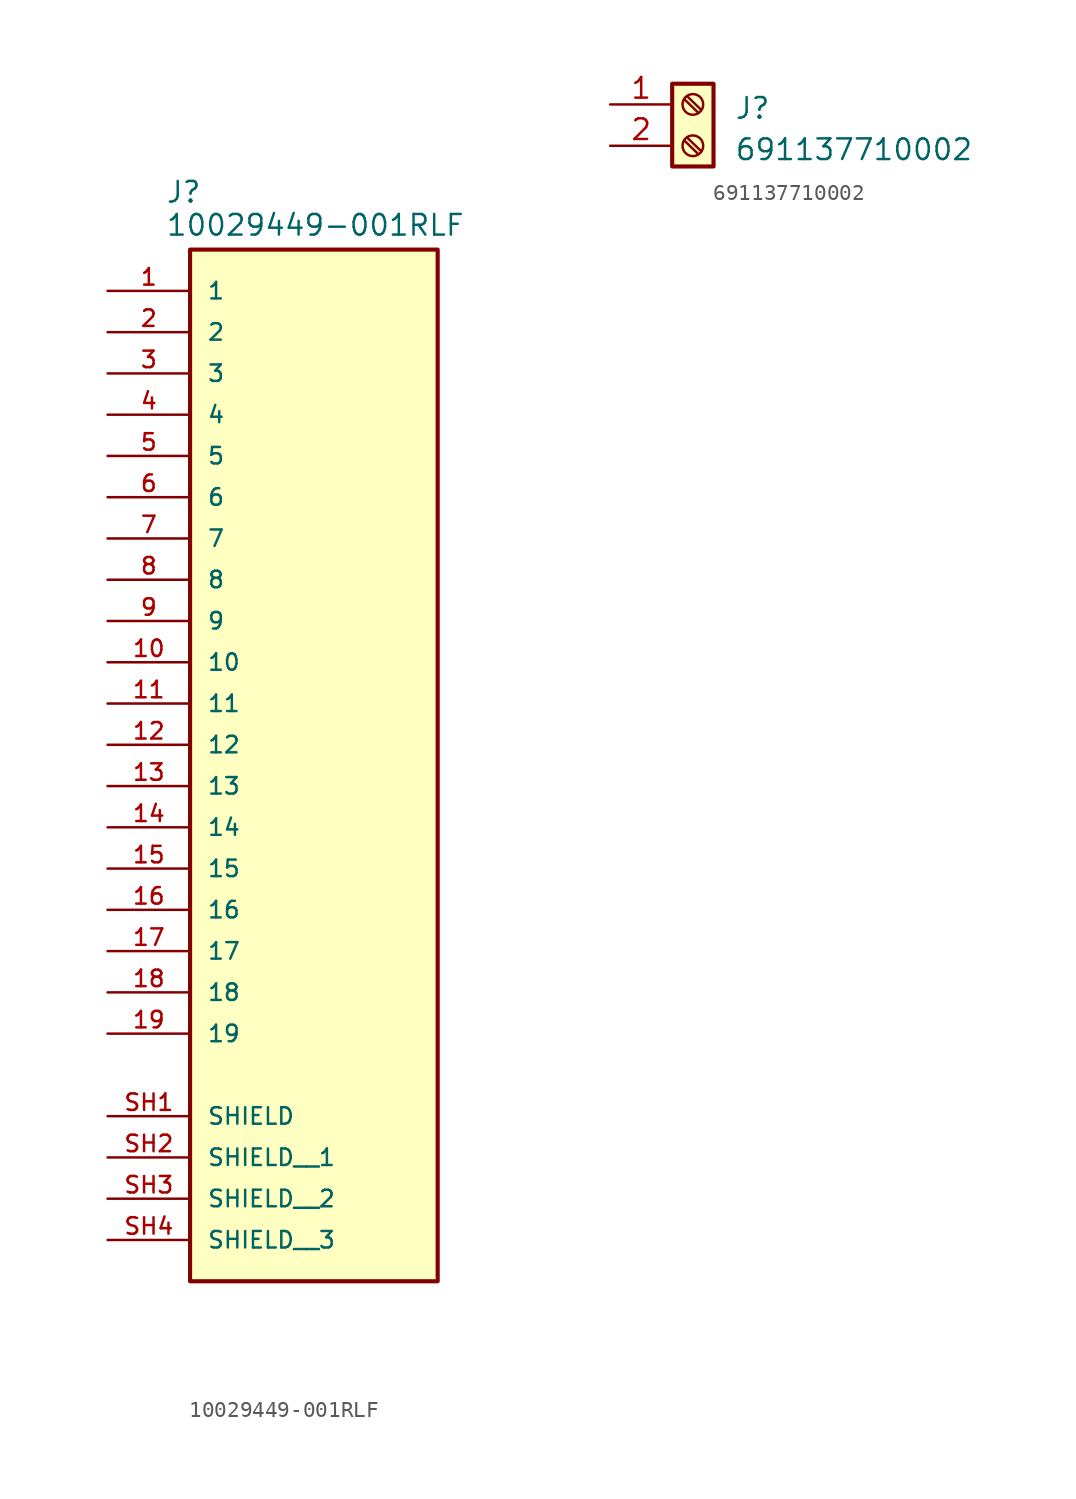
<source format=kicad_sym>
(kicad_symbol_lib
  (version 20241209)
  (generator "kicad_symbol_editor")
  (generator_version "9.0")
  (symbol "10029449-001RLF"
    (pin_names
      (offset 1.016))
    (property "Reference" "J"
      (at -9.144 30.734 0)
      (effects (font (size 1.27 1.27)) (justify left bottom)))
    (property "Value" "10029449-001RLF"
      (at -9.144 28.702 0)
      (effects (font (size 1.27 1.27)) (justify left bottom)))
    (symbol "10029449-001RLF_0_0"
      (rectangle (start -7.62 27.94) (end 7.62 -35.56) (stroke (width 0.254) (type default)) (fill (type background)))
      (pin passive line (at -12.7 25.4 0) (length 5.08) (name "1" (effects (font (size 1.016 1.016)))) (number "1" (effects (font (size 1.016 1.016)))))
      (pin passive line (at -12.7 22.86 0) (length 5.08) (name "2" (effects (font (size 1.016 1.016)))) (number "2" (effects (font (size 1.016 1.016)))))
      (pin passive line (at -12.7 20.32 0) (length 5.08) (name "3" (effects (font (size 1.016 1.016)))) (number "3" (effects (font (size 1.016 1.016)))))
      (pin passive line (at -12.7 17.78 0) (length 5.08) (name "4" (effects (font (size 1.016 1.016)))) (number "4" (effects (font (size 1.016 1.016)))))
      (pin passive line (at -12.7 15.24 0) (length 5.08) (name "5" (effects (font (size 1.016 1.016)))) (number "5" (effects (font (size 1.016 1.016)))))
      (pin passive line (at -12.7 12.7 0) (length 5.08) (name "6" (effects (font (size 1.016 1.016)))) (number "6" (effects (font (size 1.016 1.016)))))
      (pin passive line (at -12.7 10.16 0) (length 5.08) (name "7" (effects (font (size 1.016 1.016)))) (number "7" (effects (font (size 1.016 1.016)))))
      (pin passive line (at -12.7 7.62 0) (length 5.08) (name "8" (effects (font (size 1.016 1.016)))) (number "8" (effects (font (size 1.016 1.016)))))
      (pin passive line (at -12.7 5.08 0) (length 5.08) (name "9" (effects (font (size 1.016 1.016)))) (number "9" (effects (font (size 1.016 1.016)))))
      (pin passive line (at -12.7 2.54 0) (length 5.08) (name "10" (effects (font (size 1.016 1.016)))) (number "10" (effects (font (size 1.016 1.016)))))
      (pin passive line (at -12.7 0 0) (length 5.08) (name "11" (effects (font (size 1.016 1.016)))) (number "11" (effects (font (size 1.016 1.016)))))
      (pin passive line (at -12.7 -2.54 0) (length 5.08) (name "12" (effects (font (size 1.016 1.016)))) (number "12" (effects (font (size 1.016 1.016)))))
      (pin passive line (at -12.7 -5.08 0) (length 5.08) (name "13" (effects (font (size 1.016 1.016)))) (number "13" (effects (font (size 1.016 1.016)))))
      (pin passive line (at -12.7 -7.62 0) (length 5.08) (name "14" (effects (font (size 1.016 1.016)))) (number "14" (effects (font (size 1.016 1.016)))))
      (pin passive line (at -12.7 -10.16 0) (length 5.08) (name "15" (effects (font (size 1.016 1.016)))) (number "15" (effects (font (size 1.016 1.016)))))
      (pin passive line (at -12.7 -12.7 0) (length 5.08) (name "16" (effects (font (size 1.016 1.016)))) (number "16" (effects (font (size 1.016 1.016)))))
      (pin passive line (at -12.7 -15.24 0) (length 5.08) (name "17" (effects (font (size 1.016 1.016)))) (number "17" (effects (font (size 1.016 1.016)))))
      (pin passive line (at -12.7 -17.78 0) (length 5.08) (name "18" (effects (font (size 1.016 1.016)))) (number "18" (effects (font (size 1.016 1.016)))))
      (pin passive line (at -12.7 -20.32 0) (length 5.08) (name "19" (effects (font (size 1.016 1.016)))) (number "19" (effects (font (size 1.016 1.016)))))
      (pin passive line (at -12.7 -25.4 0) (length 5.08) (name "SHIELD" (effects (font (size 1.016 1.016)))) (number "SH1" (effects (font (size 1.016 1.016)))))
      (pin passive line (at -12.7 -27.94 0) (length 5.08) (name "SHIELD__1" (effects (font (size 1.016 1.016)))) (number "SH2" (effects (font (size 1.016 1.016)))))
      (pin passive line (at -12.7 -30.48 0) (length 5.08) (name "SHIELD__2" (effects (font (size 1.016 1.016)))) (number "SH3" (effects (font (size 1.016 1.016)))))
      (pin passive line (at -12.7 -33.02 0) (length 5.08) (name "SHIELD__3" (effects (font (size 1.016 1.016)))) (number "SH4" (effects (font (size 1.016 1.016)))))))
  (symbol "691137710002"
    (pin_names
      (hide yes))
    (property "Reference" "J"
      (at 7.62 0.508 0)
      (effects (font (size 1.27 1.27)) (justify left top)))
    (property "Value" "691137710002"
      (at 7.62 -2.032 0)
      (effects (font (size 1.27 1.27)) (justify left top)))
    (symbol "691137710002_1_1"
      (rectangle (start 3.81 1.27) (end 6.35 -3.81) (stroke (width 0.254) (type default)) (fill (type background)))
      (polyline (pts (xy 4.547 0.33) (xy 5.41 -0.508)) (stroke (width 0.152) (type default)) (fill (type none)))
      (polyline (pts (xy 4.547 -2.21) (xy 5.41 -3.048)) (stroke (width 0.152) (type default)) (fill (type none)))
      (polyline (pts (xy 4.724 0.508) (xy 5.588 -0.33)) (stroke (width 0.152) (type default)) (fill (type none)))
      (polyline (pts (xy 4.724 -2.032) (xy 5.588 -2.87)) (stroke (width 0.152) (type default)) (fill (type none)))
      (circle (center 5.08 0) (radius 0.635) (stroke (width 0.152) (type default)) (fill (type none)))
      (circle (center 5.08 -2.54) (radius 0.635) (stroke (width 0.152) (type default)) (fill (type none)))
      (pin passive line (at 0 0 0) (length 3.81) (name "Pin_1" (effects (font (size 1.27 1.27)))) (number "1" (effects (font (size 1.27 1.27)))))
      (pin passive line (at 0 -2.54 0) (length 3.81) (name "Pin_2" (effects (font (size 1.27 1.27)))) (number "2" (effects (font (size 1.27 1.27))))))))
</source>
